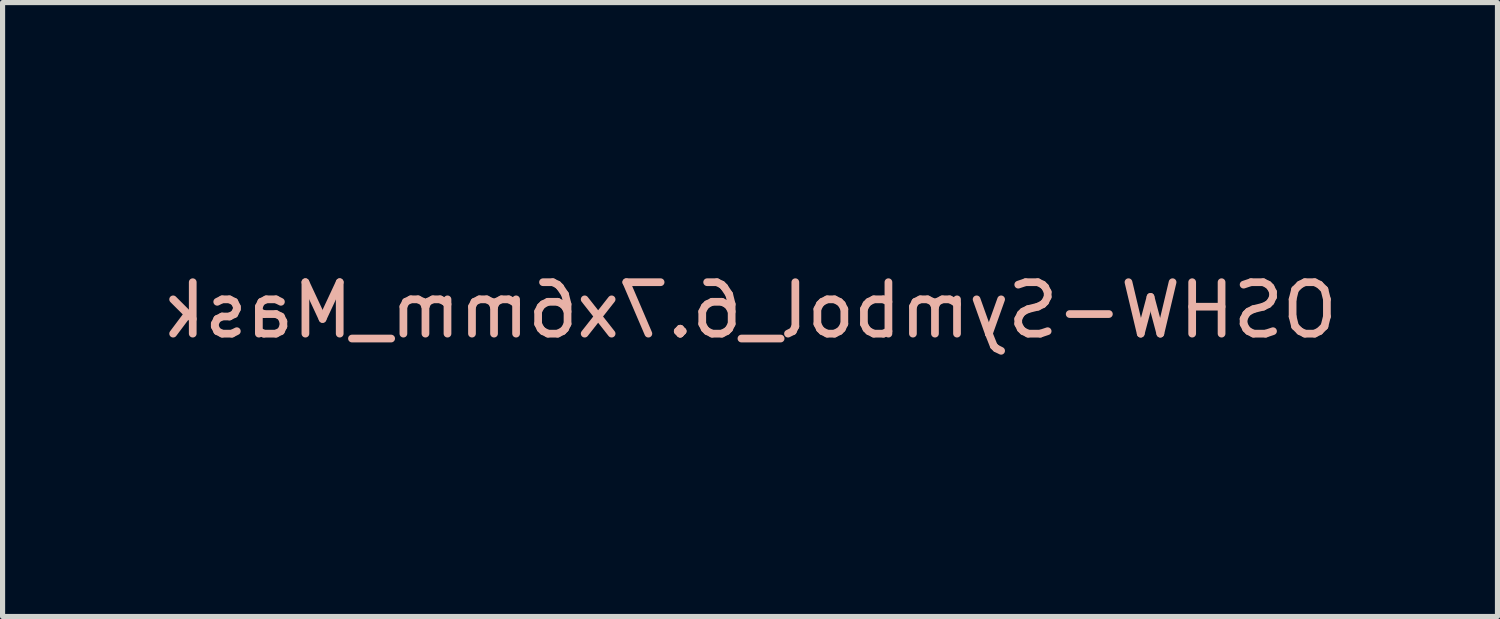
<source format=kicad_pcb>
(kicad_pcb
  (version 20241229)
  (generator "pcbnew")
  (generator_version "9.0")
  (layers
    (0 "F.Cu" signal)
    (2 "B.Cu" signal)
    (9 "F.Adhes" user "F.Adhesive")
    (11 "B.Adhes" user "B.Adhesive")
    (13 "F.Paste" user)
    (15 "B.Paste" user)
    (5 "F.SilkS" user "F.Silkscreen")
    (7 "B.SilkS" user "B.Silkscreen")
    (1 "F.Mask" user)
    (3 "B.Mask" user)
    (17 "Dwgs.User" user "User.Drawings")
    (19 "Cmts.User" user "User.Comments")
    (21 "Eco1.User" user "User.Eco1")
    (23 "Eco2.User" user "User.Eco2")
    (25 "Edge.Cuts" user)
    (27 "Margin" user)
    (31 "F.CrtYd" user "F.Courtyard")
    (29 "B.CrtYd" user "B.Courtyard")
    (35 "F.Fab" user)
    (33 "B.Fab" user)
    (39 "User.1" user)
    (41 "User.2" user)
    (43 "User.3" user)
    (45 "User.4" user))
  (footprint "OSHW-Symbol_6.7x6mm_Mask"
    (layer "F.Cu")
    (at 11.53 2.981)
    (property "Reference" "OSHW-Symbol_6.7x6mm_Mask" (at 0 0 180) (layer "B.SilkS") (effects (font (size 1 1) (thickness 0.15)) (justify mirror)))
    (attr exclude_from_pos_files exclude_from_bom)
    (fp_poly (pts (xy 0.556 -2.531) (xy 0.64 -2.086) (xy 0.949 -1.959) (xy 1.258 -1.831) (xy 1.629 -2.084) (xy 1.733 -2.154) (xy 1.827 -2.217) (xy 1.907 -2.269) (xy 1.967 -2.308) (xy 2.005 -2.331) (xy 2.015 -2.336) (xy 2.034 -2.323) (xy 2.073 -2.288) (xy 2.13 -2.235) (xy 2.198 -2.168) (xy 2.274 -2.093) (xy 2.353 -2.013) (xy 2.431 -1.932) (xy 2.504 -1.857) (xy 2.567 -1.79) (xy 2.615 -1.737) (xy 2.644 -1.702) (xy 2.651 -1.69) (xy 2.641 -1.669) (xy 2.613 -1.621) (xy 2.569 -1.553) (xy 2.513 -1.468) (xy 2.448 -1.371) (xy 2.41 -1.316) (xy 2.341 -1.215) (xy 2.28 -1.124) (xy 2.23 -1.047) (xy 2.193 -0.989) (xy 2.172 -0.955) (xy 2.169 -0.948) (xy 2.176 -0.927) (xy 2.195 -0.879) (xy 2.223 -0.811) (xy 2.257 -0.729) (xy 2.295 -0.64) (xy 2.333 -0.55) (xy 2.369 -0.467) (xy 2.4 -0.396) (xy 2.423 -0.346) (xy 2.435 -0.322) (xy 2.436 -0.321) (xy 2.455 -0.316) (xy 2.505 -0.306) (xy 2.581 -0.291) (xy 2.678 -0.272) (xy 2.791 -0.251) (xy 2.856 -0.239) (xy 2.977 -0.216) (xy 3.086 -0.194) (xy 3.177 -0.174) (xy 3.246 -0.158) (xy 3.287 -0.147) (xy 3.296 -0.143) (xy 3.304 -0.119) (xy 3.31 -0.064) (xy 3.315 0.015) (xy 3.318 0.112) (xy 3.32 0.22) (xy 3.321 0.333) (xy 3.319 0.445) (xy 3.317 0.549) (xy 3.312 0.638) (xy 3.307 0.707) (xy 3.299 0.748) (xy 3.295 0.757) (xy 3.269 0.767) (xy 3.213 0.782) (xy 3.136 0.799) (xy 3.044 0.818) (xy 3.012 0.824) (xy 2.858 0.852) (xy 2.735 0.875) (xy 2.642 0.893) (xy 2.572 0.908) (xy 2.523 0.919) (xy 2.491 0.929) (xy 2.471 0.938) (xy 2.459 0.947) (xy 2.457 0.948) (xy 2.44 0.976) (xy 2.415 1.031) (xy 2.383 1.105) (xy 2.347 1.192) (xy 2.311 1.286) (xy 2.275 1.379) (xy 2.244 1.466) (xy 2.219 1.539) (xy 2.203 1.592) (xy 2.199 1.618) (xy 2.2 1.619) (xy 2.214 1.64) (xy 2.245 1.687) (xy 2.291 1.755) (xy 2.349 1.838) (xy 2.413 1.933) (xy 2.432 1.96) (xy 2.498 2.057) (xy 2.556 2.146) (xy 2.603 2.221) (xy 2.635 2.278) (xy 2.651 2.311) (xy 2.651 2.315) (xy 2.638 2.336) (xy 2.603 2.377) (xy 2.549 2.435) (xy 2.482 2.505) (xy 2.406 2.582) (xy 2.326 2.662) (xy 2.245 2.74) (xy 2.17 2.811) (xy 2.103 2.872) (xy 2.051 2.918) (xy 2.017 2.944) (xy 2.008 2.948) (xy 1.986 2.938) (xy 1.941 2.911) (xy 1.88 2.872) (xy 1.834 2.84) (xy 1.749 2.782) (xy 1.65 2.714) (xy 1.549 2.646) (xy 1.496 2.609) (xy 1.313 2.486) (xy 1.16 2.569) (xy 1.091 2.605) (xy 1.031 2.633) (xy 0.991 2.649) (xy 0.981 2.651) (xy 0.969 2.635) (xy 0.945 2.588) (xy 0.91 2.516) (xy 0.868 2.422) (xy 0.818 2.31) (xy 0.764 2.186) (xy 0.708 2.053) (xy 0.65 1.916) (xy 0.593 1.779) (xy 0.538 1.646) (xy 0.488 1.522) (xy 0.443 1.411) (xy 0.407 1.317) (xy 0.381 1.244) (xy 0.366 1.197) (xy 0.363 1.181) (xy 0.382 1.16) (xy 0.424 1.127) (xy 0.48 1.088) (xy 0.484 1.085) (xy 0.628 0.969) (xy 0.744 0.835) (xy 0.831 0.686) (xy 0.889 0.526) (xy 0.915 0.36) (xy 0.91 0.192) (xy 0.871 0.026) (xy 0.799 -0.134) (xy 0.778 -0.169) (xy 0.667 -0.309) (xy 0.536 -0.422) (xy 0.39 -0.507) (xy 0.233 -0.563) (xy 0.069 -0.589) (xy -0.097 -0.585) (xy -0.26 -0.551) (xy -0.416 -0.485) (xy -0.56 -0.388) (xy -0.605 -0.348) (xy -0.719 -0.224) (xy -0.802 -0.094) (xy -0.859 0.052) (xy -0.89 0.197) (xy -0.898 0.36) (xy -0.872 0.523) (xy -0.815 0.682) (xy -0.729 0.831) (xy -0.617 0.964) (xy -0.482 1.075) (xy -0.464 1.087) (xy -0.408 1.126) (xy -0.365 1.159) (xy -0.345 1.18) (xy -0.344 1.181) (xy -0.349 1.204) (xy -0.366 1.256) (xy -0.395 1.333) (xy -0.433 1.431) (xy -0.478 1.545) (xy -0.53 1.672) (xy -0.585 1.806) (xy -0.643 1.943) (xy -0.7 2.08) (xy -0.757 2.211) (xy -0.81 2.333) (xy -0.858 2.441) (xy -0.899 2.532) (xy -0.932 2.599) (xy -0.954 2.64) (xy -0.963 2.651) (xy -0.99 2.643) (xy -1.04 2.62) (xy -1.106 2.588) (xy -1.142 2.569) (xy -1.295 2.486) (xy -1.477 2.609) (xy -1.57 2.672) (xy -1.672 2.742) (xy -1.767 2.807) (xy -1.815 2.84) (xy -1.882 2.885) (xy -1.939 2.921) (xy -1.979 2.943) (xy -1.991 2.948) (xy -2.01 2.935) (xy -2.051 2.9) (xy -2.11 2.847) (xy -2.185 2.778) (xy -2.269 2.698) (xy -2.323 2.646) (xy -2.416 2.554) (xy -2.497 2.472) (xy -2.562 2.403) (xy -2.608 2.351) (xy -2.631 2.319) (xy -2.633 2.312) (xy -2.623 2.287) (xy -2.594 2.237) (xy -2.551 2.167) (xy -2.496 2.082) (xy -2.432 1.986) (xy -2.413 1.96) (xy -2.347 1.863) (xy -2.287 1.776) (xy -2.238 1.704) (xy -2.202 1.65) (xy -2.183 1.622) (xy -2.181 1.619) (xy -2.184 1.596) (xy -2.199 1.545) (xy -2.223 1.474) (xy -2.253 1.389) (xy -2.288 1.296) (xy -2.325 1.202) (xy -2.361 1.113) (xy -2.393 1.038) (xy -2.419 0.981) (xy -2.437 0.95) (xy -2.438 0.948) (xy -2.449 0.94) (xy -2.468 0.931) (xy -2.498 0.921) (xy -2.543 0.91) (xy -2.608 0.896) (xy -2.697 0.879) (xy -2.813 0.857) (xy -2.962 0.83) (xy -2.994 0.824) (xy -3.089 0.805) (xy -3.172 0.787) (xy -3.235 0.772) (xy -3.271 0.76) (xy -3.276 0.757) (xy -3.284 0.732) (xy -3.291 0.677) (xy -3.296 0.597) (xy -3.3 0.5) (xy -3.302 0.392) (xy -3.302 0.279) (xy -3.301 0.167) (xy -3.298 0.064) (xy -3.294 -0.026) (xy -3.289 -0.094) (xy -3.281 -0.135) (xy -3.277 -0.143) (xy -3.253 -0.152) (xy -3.197 -0.166) (xy -3.117 -0.183) (xy -3.016 -0.204) (xy -2.901 -0.227) (xy -2.838 -0.239) (xy -2.719 -0.261) (xy -2.613 -0.281) (xy -2.524 -0.298) (xy -2.46 -0.311) (xy -2.423 -0.319) (xy -2.417 -0.321) (xy -2.407 -0.34) (xy -2.386 -0.387) (xy -2.356 -0.455) (xy -2.32 -0.537) (xy -2.282 -0.626) (xy -2.244 -0.716) (xy -2.209 -0.8) (xy -2.18 -0.871) (xy -2.16 -0.922) (xy -2.151 -0.948) (xy -2.151 -0.949) (xy -2.161 -0.968) (xy -2.189 -1.014) (xy -2.233 -1.081) (xy -2.289 -1.165) (xy -2.354 -1.261) (xy -2.392 -1.316) (xy -2.461 -1.418) (xy -2.522 -1.509) (xy -2.573 -1.587) (xy -2.61 -1.647) (xy -2.63 -1.683) (xy -2.633 -1.691) (xy -2.62 -1.709) (xy -2.585 -1.75) (xy -2.533 -1.807) (xy -2.467 -1.876) (xy -2.393 -1.953) (xy -2.314 -2.033) (xy -2.235 -2.113) (xy -2.16 -2.187) (xy -2.095 -2.25) (xy -2.043 -2.299) (xy -2.008 -2.329) (xy -1.996 -2.336) (xy -1.978 -2.326) (xy -1.933 -2.298) (xy -1.866 -2.255) (xy -1.781 -2.199) (xy -1.684 -2.133) (xy -1.611 -2.084) (xy -1.24 -1.831) (xy -0.621 -2.086) (xy -0.537 -2.531) (xy -0.453 -2.976) (xy 0.472 -2.976) (xy 0.556 -2.531)) (stroke (width 0.01) (type solid)) (fill yes) (layer "F.Mask")))
  (gr_rect
    (start -3 -3)
    (end 26.06 8.934)
    (stroke (width 0.1) (type default))
    (fill no)
    (layer "Edge.Cuts")))
</source>
